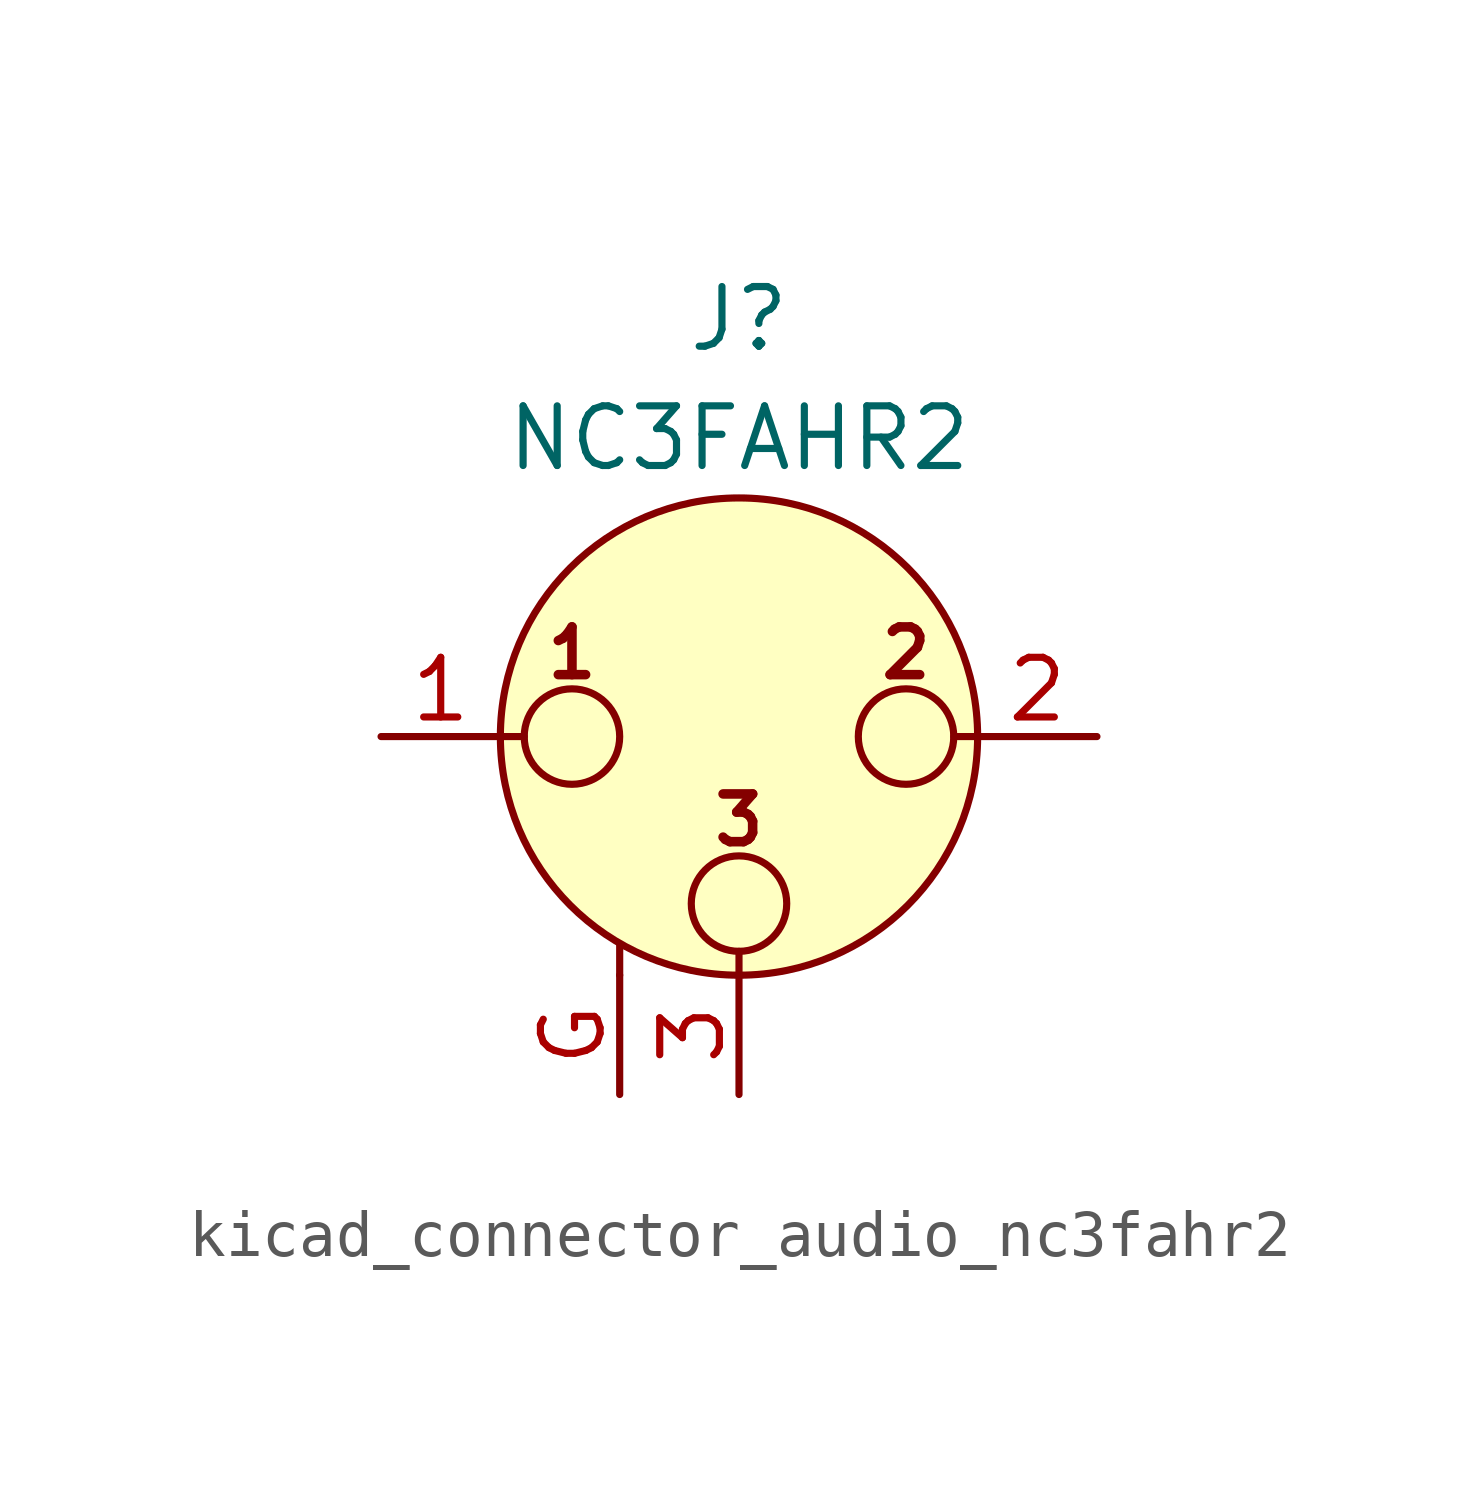
<source format=kicad_sym>
(kicad_symbol_lib
  (version 20220914)
  (generator kicad_symbol_editor)
  (symbol "kicad_connector_audio_nc3fahr2"
    (pin_names hide)
    (property "Reference" "J"
      (at 0 8.89 0)
      (effects (font (size 1.27 1.27))))
    (property "Value" "NC3FAHR2"
      (at 0 6.35 0)
      (effects (font (size 1.27 1.27))))
    (symbol "kicad_connector_audio_nc3fahr2_0_1"
      (circle (center -3.556 0) (radius 1.016) (stroke (width 0) (type default)) (fill (type none)))
      (circle (center 0 -3.556) (radius 1.016) (stroke (width 0) (type default)) (fill (type none)))
      (polyline (pts (xy -5.08 0) (xy -4.572 0)) (stroke (width 0) (type default)) (fill (type none)))
      (polyline (pts (xy -2.54 -5.08) (xy -2.54 -4.445)) (stroke (width 0) (type default)) (fill (type none)))
      (polyline (pts (xy 0 -5.08) (xy 0 -4.572)) (stroke (width 0) (type default)) (fill (type none)))
      (polyline (pts (xy 5.08 0) (xy 4.572 0)) (stroke (width 0) (type default)) (fill (type none)))
      (circle (center 0 0) (radius 5.08) (stroke (width 0) (type default)) (fill (type background)))
      (circle (center 3.556 0) (radius 1.016) (stroke (width 0) (type default)) (fill (type none)))
      (text "1" (at -3.556 1.778 0) (effects (font (size 1.016 1.016) bold)))
      (text "2" (at 3.556 1.778 0) (effects (font (size 1.016 1.016) bold)))
      (text "3" (at 0 -1.778 0) (effects (font (size 1.016 1.016) bold)))
      (pin passive line (at -7.62 0 0) (length 2.54) (name "~" (effects (font (size 1.27 1.27)))) (number "1" (effects (font (size 1.27 1.27)))))
      (pin passive line (at 7.62 0 180) (length 2.54) (name "~" (effects (font (size 1.27 1.27)))) (number "2" (effects (font (size 1.27 1.27)))))
      (pin passive line (at 0 -7.62 90) (length 2.54) (name "~" (effects (font (size 1.27 1.27)))) (number "3" (effects (font (size 1.27 1.27))))))
    (symbol "kicad_connector_audio_nc3fahr2_1_1"
      (pin passive line (at -2.54 -7.62 90) (length 2.54) (name "~" (effects (font (size 1.27 1.27)))) (number "G" (effects (font (size 1.27 1.27))))))))
</source>
